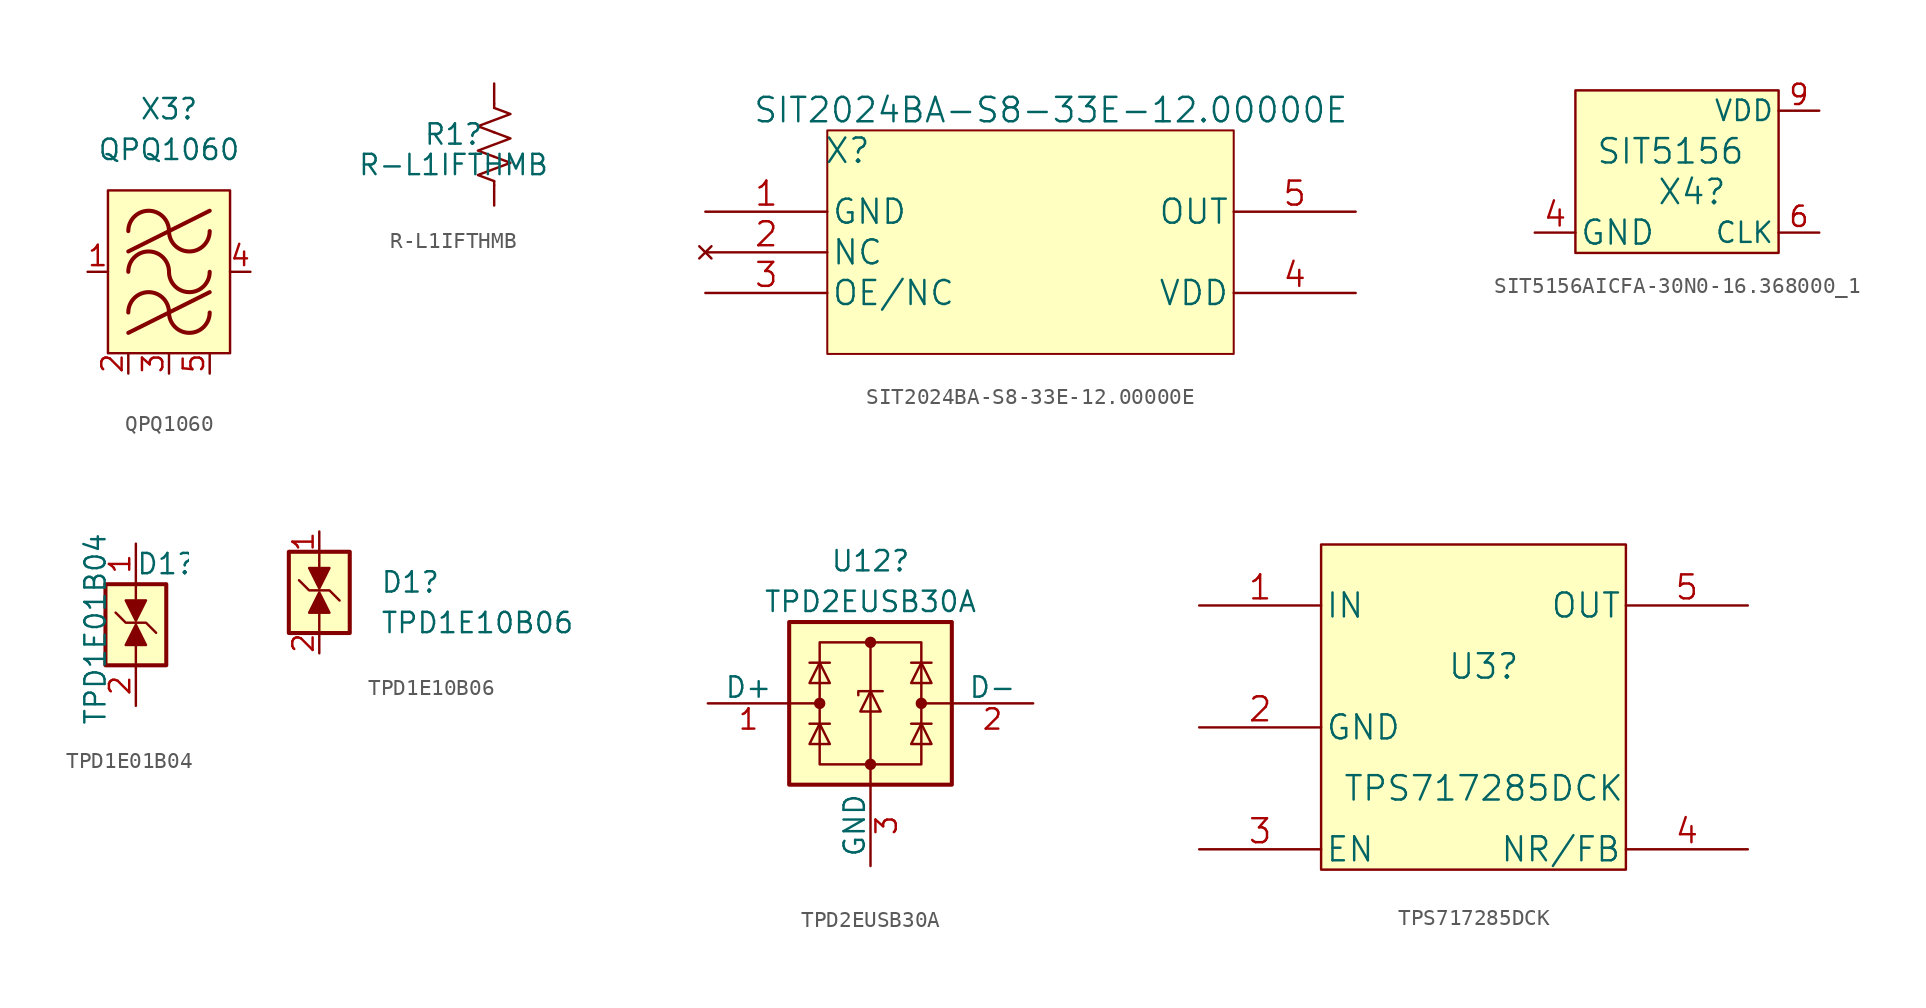
<source format=kicad_sym>
(kicad_symbol_lib
  (version 20220914)
  (generator kicad_symbol_editor)
  (symbol "QPQ1060"
    (pin_names hide)
    (property "Reference" "X3"
      (at 0 10.16 0)
      (effects (font (size 1.27 1.27))))
    (property "Value" "QPQ1060"
      (at 0 7.62 0)
      (effects (font (size 1.27 1.27))))
    (symbol "QPQ1060_1_1"
      (rectangle (start -3.81 5.08) (end 3.81 -5.08) (stroke (width 0) (type default)) (fill (type background)))
      (arc (start 0 -2.54) (mid -1.27 -1.2755) (end -2.54 -2.54) (stroke (width 0.254) (type default)) (fill (type none)))
      (arc (start 0 -2.54) (mid 1.27 -3.8045) (end 2.54 -2.54) (stroke (width 0.254) (type default)) (fill (type none)))
      (arc (start 0 0) (mid -1.27 1.2645) (end -2.54 0) (stroke (width 0.254) (type default)) (fill (type none)))
      (polyline (pts (xy -2.54 -3.81) (xy 2.54 -1.27)) (stroke (width 0.254) (type default)) (fill (type none)))
      (polyline (pts (xy -2.54 1.27) (xy 2.54 3.81)) (stroke (width 0.254) (type default)) (fill (type none)))
      (arc (start 0 0) (mid 1.27 -1.2645) (end 2.54 0) (stroke (width 0.254) (type default)) (fill (type none)))
      (arc (start 0 2.54) (mid -1.27 3.8045) (end -2.54 2.54) (stroke (width 0.254) (type default)) (fill (type none)))
      (arc (start 0 2.54) (mid 1.27 1.2755) (end 2.54 2.54) (stroke (width 0.254) (type default)) (fill (type none)))
      (pin input line (at -5.08 0 0) (length 1.27) (name "IN" (effects (font (size 1.27 1.27)))) (number "1" (effects (font (size 1.27 1.27)))))
      (pin passive line (at -2.54 -6.35 90) (length 1.27) (name "GND" (effects (font (size 1.27 1.27)))) (number "2" (effects (font (size 1.27 1.27)))))
      (pin passive line (at 0 -6.35 90) (length 1.27) (name "GND" (effects (font (size 1.27 1.27)))) (number "3" (effects (font (size 1.27 1.27)))))
      (pin output line (at 5.08 0 180) (length 1.27) (name "OUT" (effects (font (size 1.27 1.27)))) (number "4" (effects (font (size 1.27 1.27)))))
      (pin passive line (at 2.54 -6.35 90) (length 1.27) (name "GND" (effects (font (size 1.27 1.27)))) (number "5" (effects (font (size 1.27 1.27)))))))
  (symbol "R-L1IFTHMB"
    (pin_numbers hide)
    (pin_names
      (offset 0))
    (property "Reference" "R1"
      (at -2.54 0.635 0)
      (effects (font (size 1.27 1.27))))
    (property "Value" "R-L1IFTHMB"
      (at -2.54 -1.27 0)
      (effects (font (size 1.27 1.27))))
    (symbol "R-L1IFTHMB_0_1"
      (polyline (pts (xy 0 -2.286) (xy 0 -2.54)) (stroke (width 0) (type solid)) (fill (type none)))
      (polyline (pts (xy 0 2.286) (xy 0 2.54)) (stroke (width 0) (type solid)) (fill (type none)))
      (polyline (pts (xy 0 -0.762) (xy 1.016 -1.143) (xy 0 -1.524) (xy -1.016 -1.905) (xy 0 -2.286)) (stroke (width 0) (type solid)) (fill (type none)))
      (polyline (pts (xy 0 0.762) (xy 1.016 0.381) (xy 0 0) (xy -1.016 -0.381) (xy 0 -0.762)) (stroke (width 0) (type solid)) (fill (type none)))
      (polyline (pts (xy 0 2.286) (xy 1.016 1.905) (xy 0 1.524) (xy -1.016 1.143) (xy 0 0.762)) (stroke (width 0) (type solid)) (fill (type none))))
    (symbol "R-L1IFTHMB_1_1"
      (pin passive line (at 0 3.81 270) (length 1.27) (name "~" (effects (font (size 1.27 1.27)))) (number "1" (effects (font (size 1.27 1.27)))))
      (pin passive line (at 0 -3.81 90) (length 1.27) (name "~" (effects (font (size 1.27 1.27)))) (number "2" (effects (font (size 1.27 1.27)))))))
  (symbol "SIT2024BA-S8-33E-12.00000E"
    (pin_names
      (offset 0.254))
    (property "Reference" "X"
      (at 8.89 3.81 0)
      (effects (font (size 1.524 1.524))))
    (property "Value" "SIT2024BA-S8-33E-12.00000E"
      (at 21.59 6.35 0)
      (effects (font (size 1.524 1.524))))
    (symbol "SIT2024BA-S8-33E-12.00000E_1_1"
      (rectangle (start 7.62 5.08) (end 33.02 -8.89) (stroke (width 0.127) (type solid)) (fill (type background)))
      (pin power_in line (at 0 0 0) (length 7.62) (name "GND" (effects (font (size 1.499 1.499)))) (number "1" (effects (font (size 1.499 1.499)))))
      (pin no_connect line (at 0 -2.54 0) (length 7.62) (name "NC" (effects (font (size 1.499 1.499)))) (number "2" (effects (font (size 1.499 1.499)))))
      (pin unspecified line (at 0 -5.08 0) (length 7.62) (name "OE/NC" (effects (font (size 1.499 1.499)))) (number "3" (effects (font (size 1.499 1.499)))))
      (pin power_in line (at 40.64 -5.08 180) (length 7.62) (name "VDD" (effects (font (size 1.499 1.499)))) (number "4" (effects (font (size 1.499 1.499)))))
      (pin output line (at 40.64 0 180) (length 7.62) (name "OUT" (effects (font (size 1.499 1.499)))) (number "5" (effects (font (size 1.499 1.499)))))))
  (symbol "SIT5156AICFA-30N0-16.368000_1"
    (pin_names
      (offset 0.254))
    (property "Reference" "X4"
      (at 7.62 -5.08 0)
      (effects (font (size 1.524 1.524)) (justify left)))
    (property "Value" "SIT5156"
      (at 3.81 -2.54 0)
      (effects (font (size 1.524 1.524)) (justify left)))
    (symbol "SIT5156AICFA-30N0-16.368000_1_0_0"
      (pin output line (at 17.78 -7.62 180) (length 2.54) (name "CLK" (effects (font (size 1.27 1.27)))) (number "6" (effects (font (size 1.27 1.27)))))
      (pin power_in line (at 17.78 0 180) (length 2.54) (name "VDD" (effects (font (size 1.27 1.27)))) (number "9" (effects (font (size 1.27 1.27))))))
    (symbol "SIT5156AICFA-30N0-16.368000_1_1_0"
      (pin no_connect line (at 8.89 1.27 270) (length 0) hide (name "NC" (effects (font (size 1.27 1.27)))) (number "10" (effects (font (size 1.27 1.27)))))
      (pin no_connect line (at 15.24 -5.08 180) (length 0) hide (name "NC" (effects (font (size 1.27 1.27)))) (number "7" (effects (font (size 1.27 1.27)))))
      (pin no_connect line (at 15.24 -2.54 180) (length 0) hide (name "NC" (effects (font (size 1.27 1.27)))) (number "8" (effects (font (size 1.27 1.27))))))
    (symbol "SIT5156AICFA-30N0-16.368000_1_1_1"
      (rectangle (start 2.54 1.27) (end 15.24 -8.89) (stroke (width 0) (type solid)) (fill (type background)))
      (pin no_connect line (at 2.54 0 0) (length 0) hide (name "NC" (effects (font (size 1.499 1.499)))) (number "1" (effects (font (size 1.499 1.499)))))
      (pin no_connect line (at 2.54 -2.54 0) (length 0) hide (name "NC" (effects (font (size 1.499 1.499)))) (number "2" (effects (font (size 1.499 1.499)))))
      (pin no_connect line (at 2.54 -5.08 0) (length 0) hide (name "NC" (effects (font (size 1.499 1.499)))) (number "3" (effects (font (size 1.499 1.499)))))
      (pin power_in line (at 0 -7.62 0) (length 2.54) (name "GND" (effects (font (size 1.499 1.499)))) (number "4" (effects (font (size 1.499 1.499)))))
      (pin no_connect line (at 8.89 -8.89 90) (length 0) hide (name "NC" (effects (font (size 1.499 1.499)))) (number "5" (effects (font (size 1.499 1.499)))))))
  (symbol "TPD1E01B04"
    (pin_names hide)
    (property "Reference" "D1"
      (at 0 3.81 0)
      (effects (font (size 1.27 1.27)) (justify left)))
    (property "Value" "TPD1E01B04\n"
      (at -2.54 -6.35 90)
      (effects (font (size 1.27 1.27)) (justify left)))
    (symbol "TPD1E01B04_0_1"
      (rectangle (start -1.905 2.54) (end 1.905 -2.54) (stroke (width 0.254) (type default)) (fill (type background)))
      (polyline (pts (xy 0 -1.27) (xy 0 -2.54)) (stroke (width 0) (type default)) (fill (type none)))
      (polyline (pts (xy 0 2.54) (xy 0 0.635)) (stroke (width 0) (type default)) (fill (type none)))
      (polyline (pts (xy -1.27 0.762) (xy -0.635 0.127) (xy 0 0.127) (xy 0.635 0.127) (xy 1.27 -0.508)) (stroke (width 0) (type default)) (fill (type none))))
    (symbol "TPD1E01B04_1_0"
      (pin passive line (at 0 -5.08 90) (length 2.54) (name "A" (effects (font (size 1.27 1.27)))) (number "2" (effects (font (size 1.27 1.27))))))
    (symbol "TPD1E01B04_1_1"
      (polyline (pts (xy 0 0) (xy -0.635 -1.27) (xy 0.635 -1.27) (xy 0 0)) (stroke (width 0) (type default)) (fill (type outline)))
      (polyline (pts (xy 0 0.254) (xy 0.635 1.524) (xy -0.635 1.524) (xy 0 0.254)) (stroke (width 0) (type default)) (fill (type outline)))
      (pin passive line (at 0 5.08 270) (length 2.54) (name "K" (effects (font (size 1.27 1.27)))) (number "1" (effects (font (size 1.27 1.27)))))))
  (symbol "TPD1E10B06"
    (pin_names hide)
    (property "Reference" "D1"
      (at 3.81 0.635 0)
      (effects (font (size 1.27 1.27)) (justify left)))
    (property "Value" "TPD1E10B06"
      (at 3.81 -1.905 0)
      (effects (font (size 1.27 1.27)) (justify left)))
    (symbol "TPD1E10B06_0_1"
      (rectangle (start -1.905 2.54) (end 1.905 -2.54) (stroke (width 0.254) (type default)) (fill (type background)))
      (polyline (pts (xy 0 -1.27) (xy 0 -2.54)) (stroke (width 0) (type default)) (fill (type none)))
      (polyline (pts (xy 0 2.54) (xy 0 0.635)) (stroke (width 0) (type default)) (fill (type none)))
      (polyline (pts (xy -1.27 0.762) (xy -0.635 0.127) (xy 0 0.127) (xy 0.635 0.127) (xy 1.27 -0.508)) (stroke (width 0) (type default)) (fill (type none))))
    (symbol "TPD1E10B06_1_0"
      (pin passive line (at 0 -3.81 90) (length 1.27) (name "A" (effects (font (size 1.27 1.27)))) (number "2" (effects (font (size 1.27 1.27))))))
    (symbol "TPD1E10B06_1_1"
      (polyline (pts (xy 0 0) (xy -0.635 -1.27) (xy 0.635 -1.27) (xy 0 0)) (stroke (width 0) (type default)) (fill (type outline)))
      (polyline (pts (xy 0 0.254) (xy 0.635 1.524) (xy -0.635 1.524) (xy 0 0.254)) (stroke (width 0) (type default)) (fill (type outline)))
      (pin passive line (at 0 3.81 270) (length 1.27) (name "K" (effects (font (size 1.27 1.27)))) (number "1" (effects (font (size 1.27 1.27)))))))
  (symbol "TPD2EUSB30A"
    (pin_names
      (offset 0))
    (property "Reference" "U12"
      (at 0 8.89 0)
      (effects (font (size 1.27 1.27))))
    (property "Value" "TPD2EUSB30A"
      (at 0 6.35 0)
      (effects (font (size 1.27 1.27))))
    (symbol "TPD2EUSB30A_0_1"
      (rectangle (start -5.08 5.08) (end 5.08 -5.08) (stroke (width 0.254) (type default)) (fill (type background)))
      (circle (center -3.175 0) (radius 0.279) (stroke (width 0) (type default)) (fill (type outline)))
      (rectangle (start -3.175 3.81) (end 3.175 -3.81) (stroke (width 0) (type default)) (fill (type none)))
      (circle (center 0 -3.81) (radius 0.279) (stroke (width 0) (type default)) (fill (type outline)))
      (polyline (pts (xy -5.08 0) (xy -3.175 0)) (stroke (width 0) (type default)) (fill (type none)))
      (polyline (pts (xy -3.81 -1.27) (xy -2.54 -1.27)) (stroke (width 0) (type default)) (fill (type none)))
      (polyline (pts (xy -3.81 2.54) (xy -2.54 2.54)) (stroke (width 0) (type default)) (fill (type none)))
      (polyline (pts (xy 0 3.81) (xy 0 -5.08)) (stroke (width 0) (type default)) (fill (type none)))
      (polyline (pts (xy 2.54 -1.27) (xy 3.81 -1.27)) (stroke (width 0) (type default)) (fill (type none)))
      (polyline (pts (xy 2.54 2.54) (xy 3.81 2.54)) (stroke (width 0) (type default)) (fill (type none)))
      (polyline (pts (xy 5.08 0) (xy 3.175 0)) (stroke (width 0) (type default)) (fill (type none)))
      (polyline (pts (xy 0.762 0.762) (xy -0.762 0.762) (xy -0.762 0.508)) (stroke (width 0) (type default)) (fill (type none)))
      (polyline (pts (xy -2.54 -2.54) (xy -3.81 -2.54) (xy -3.175 -1.27) (xy -2.54 -2.54)) (stroke (width 0) (type default)) (fill (type none)))
      (polyline (pts (xy -2.54 1.27) (xy -3.81 1.27) (xy -3.175 2.54) (xy -2.54 1.27)) (stroke (width 0) (type default)) (fill (type none)))
      (polyline (pts (xy 0.635 -0.508) (xy -0.635 -0.508) (xy 0 0.762) (xy 0.635 -0.508)) (stroke (width 0) (type default)) (fill (type none)))
      (polyline (pts (xy 3.81 -2.54) (xy 2.54 -2.54) (xy 3.175 -1.27) (xy 3.81 -2.54)) (stroke (width 0) (type default)) (fill (type none)))
      (polyline (pts (xy 3.81 1.27) (xy 2.54 1.27) (xy 3.175 2.54) (xy 3.81 1.27)) (stroke (width 0) (type default)) (fill (type none)))
      (circle (center 0 3.81) (radius 0.279) (stroke (width 0) (type default)) (fill (type outline)))
      (circle (center 3.175 0) (radius 0.279) (stroke (width 0) (type default)) (fill (type outline))))
    (symbol "TPD2EUSB30A_1_1"
      (pin passive line (at -10.16 0 0) (length 5.08) (name "D+" (effects (font (size 1.27 1.27)))) (number "1" (effects (font (size 1.27 1.27)))))
      (pin passive line (at 10.16 0 180) (length 5.08) (name "D-" (effects (font (size 1.27 1.27)))) (number "2" (effects (font (size 1.27 1.27)))))
      (pin passive line (at 0 -10.16 90) (length 5.08) (name "GND" (effects (font (size 1.27 1.27)))) (number "3" (effects (font (size 1.27 1.27)))))))
  (symbol "TPS717285DCK"
    (pin_names
      (offset 0.254))
    (property "Reference" "U3"
      (at 17.78 -2.54 0)
      (effects (font (size 1.524 1.524))))
    (property "Value" "TPS717285DCK"
      (at 17.78 -10.16 0)
      (effects (font (size 1.524 1.524))))
    (symbol "TPS717285DCK_1_1"
      (rectangle (start 7.62 5.08) (end 26.67 -15.24) (stroke (width 0) (type solid)) (fill (type background)))
      (pin input line (at 0 1.27 0) (length 7.62) (name "IN" (effects (font (size 1.499 1.499)))) (number "1" (effects (font (size 1.499 1.499)))))
      (pin power_in line (at 0 -6.35 0) (length 7.62) (name "GND" (effects (font (size 1.499 1.499)))) (number "2" (effects (font (size 1.499 1.499)))))
      (pin unspecified line (at 0 -13.97 0) (length 7.62) (name "EN" (effects (font (size 1.499 1.499)))) (number "3" (effects (font (size 1.499 1.499)))))
      (pin bidirectional line (at 34.29 -13.97 180) (length 7.62) (name "NR/FB" (effects (font (size 1.499 1.499)))) (number "4" (effects (font (size 1.499 1.499)))))
      (pin output line (at 34.29 1.27 180) (length 7.62) (name "OUT" (effects (font (size 1.499 1.499)))) (number "5" (effects (font (size 1.499 1.499))))))))
</source>
